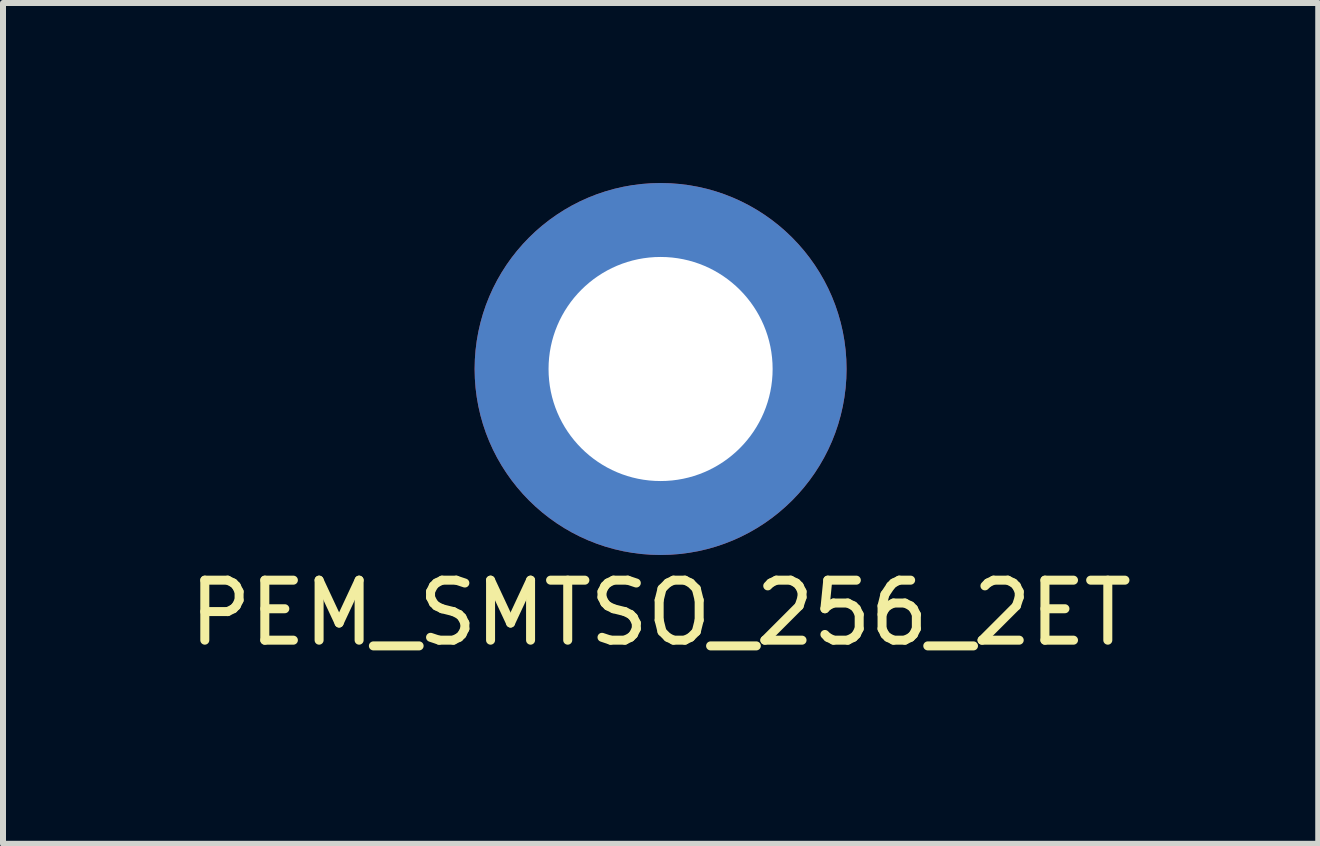
<source format=kicad_pcb>
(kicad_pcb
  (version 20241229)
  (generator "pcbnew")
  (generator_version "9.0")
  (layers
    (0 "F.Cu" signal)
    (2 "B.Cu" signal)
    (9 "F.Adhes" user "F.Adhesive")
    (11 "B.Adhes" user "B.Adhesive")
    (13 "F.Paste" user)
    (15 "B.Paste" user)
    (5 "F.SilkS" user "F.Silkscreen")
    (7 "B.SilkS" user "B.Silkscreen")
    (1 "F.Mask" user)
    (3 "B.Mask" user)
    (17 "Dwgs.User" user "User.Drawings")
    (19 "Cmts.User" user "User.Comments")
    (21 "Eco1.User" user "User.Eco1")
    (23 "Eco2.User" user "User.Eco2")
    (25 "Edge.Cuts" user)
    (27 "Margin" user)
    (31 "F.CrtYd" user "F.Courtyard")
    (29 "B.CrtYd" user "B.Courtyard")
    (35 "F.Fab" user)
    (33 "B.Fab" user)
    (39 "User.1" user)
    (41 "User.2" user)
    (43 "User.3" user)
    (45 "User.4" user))
  (footprint "PEM_SMTSO_256_2ET"
    (layer "F.Cu")
    (at 7.958 3.099)
    (property "Reference" "PEM_SMTSO_256_2ET" (at 0 4.064 0) (layer "F.SilkS") (effects (font (size 1 1) (thickness 0.15))))
    (attr through_hole)
    (fp_circle (center 0 0) (end 1.6 0.2) (stroke (width 0.05) (type solid)) (fill no) (layer "B.CrtYd"))
    (fp_circle (center 0 0) (end 1.6 0.2) (stroke (width 0.05) (type solid)) (fill no) (layer "F.CrtYd"))
    (pad "1" thru_hole circle (at 0 0) (size 6.198 6.198) (drill 3.734) (layers "*.Cu" "*.Mask")))
  (gr_rect
    (start -3 -3)
    (end 18.917 11.011)
    (stroke (width 0.1) (type default))
    (fill no)
    (layer "Edge.Cuts")))
</source>
